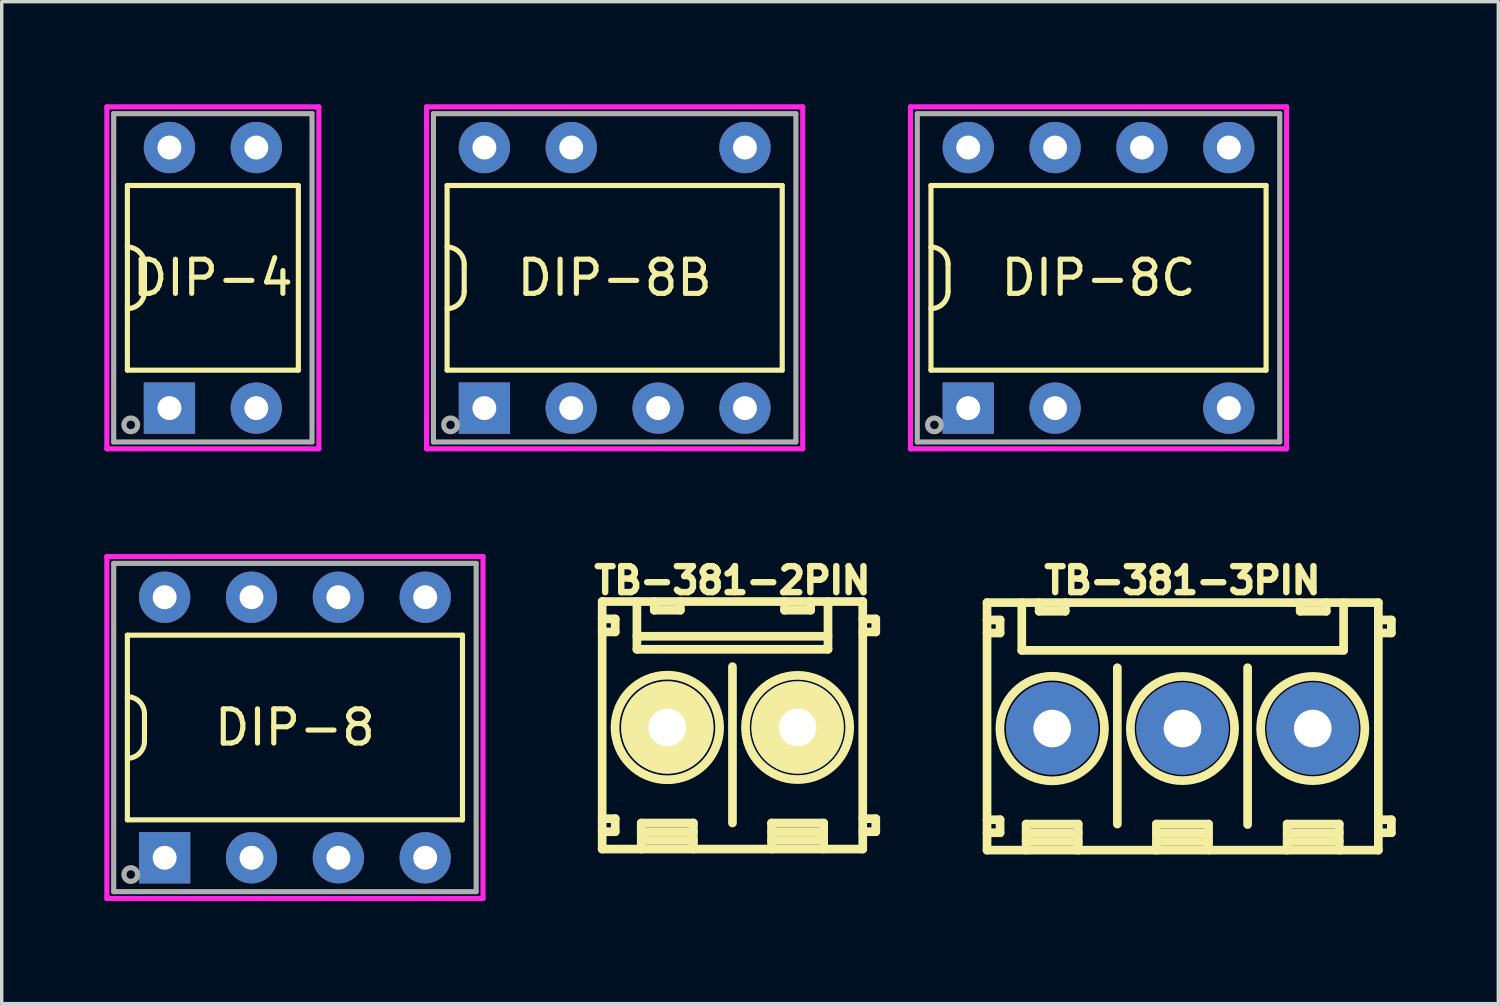
<source format=kicad_pcb>
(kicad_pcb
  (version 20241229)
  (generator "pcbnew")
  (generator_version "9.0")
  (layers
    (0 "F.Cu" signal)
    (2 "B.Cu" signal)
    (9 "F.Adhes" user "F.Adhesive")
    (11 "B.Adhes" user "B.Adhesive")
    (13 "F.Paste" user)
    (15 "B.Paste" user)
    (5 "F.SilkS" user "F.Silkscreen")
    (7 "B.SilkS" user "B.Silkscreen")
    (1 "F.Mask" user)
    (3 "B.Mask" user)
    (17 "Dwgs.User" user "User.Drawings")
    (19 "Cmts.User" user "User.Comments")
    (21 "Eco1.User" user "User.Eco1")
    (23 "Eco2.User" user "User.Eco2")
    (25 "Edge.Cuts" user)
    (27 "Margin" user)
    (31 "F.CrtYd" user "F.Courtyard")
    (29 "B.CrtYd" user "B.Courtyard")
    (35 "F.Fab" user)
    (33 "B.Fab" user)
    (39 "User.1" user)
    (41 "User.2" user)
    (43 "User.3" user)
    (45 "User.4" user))
  (footprint "DIP-8B"
    (layer "F.Cu")
    (at 14.925 5.075)
    (property "Reference" "DIP-8B" (at 0 0 0) (layer "F.SilkS") (effects (font (size 1 1) (thickness 0.15))))
    (attr through_hole)
    (fp_line (start -4.9 -2.7) (end 4.9 -2.7) (stroke (width 0.15) (type solid)) (layer "F.SilkS"))
    (fp_line (start -4.9 2.7) (end -4.9 -2.7) (stroke (width 0.15) (type solid)) (layer "F.SilkS"))
    (fp_line (start -4.4 -0.4) (end -4.4 0.4) (stroke (width 0.15) (type solid)) (layer "F.SilkS"))
    (fp_line (start 4.9 -2.7) (end 4.9 2.7) (stroke (width 0.15) (type solid)) (layer "F.SilkS"))
    (fp_line (start 4.9 2.7) (end -4.9 2.7) (stroke (width 0.15) (type solid)) (layer "F.SilkS"))
    (fp_arc (start -4.9 -0.9) (mid -4.546447 -0.753553) (end -4.4 -0.4) (stroke (width 0.15) (type solid)) (layer "F.SilkS"))
    (fp_arc (start -4.4 0.4) (mid -4.546447 0.753553) (end -4.9 0.9) (stroke (width 0.15) (type solid)) (layer "F.SilkS"))
    (fp_line (start -5.5 -5) (end 5.5 -5) (stroke (width 0.15) (type solid)) (layer "F.CrtYd"))
    (fp_line (start -5.5 5) (end -5.5 -5) (stroke (width 0.15) (type solid)) (layer "F.CrtYd"))
    (fp_line (start 5.5 -5) (end 5.5 5) (stroke (width 0.15) (type solid)) (layer "F.CrtYd"))
    (fp_line (start 5.5 5) (end -5.5 5) (stroke (width 0.15) (type solid)) (layer "F.CrtYd"))
    (fp_line (start -5.3 -4.8) (end 5.3 -4.8) (stroke (width 0.15) (type solid)) (layer "F.Fab"))
    (fp_line (start -5.3 4.8) (end -5.3 -4.8) (stroke (width 0.15) (type solid)) (layer "F.Fab"))
    (fp_line (start 5.3 -4.8) (end 5.3 4.8) (stroke (width 0.15) (type solid)) (layer "F.Fab"))
    (fp_line (start 5.3 4.8) (end -5.3 4.8) (stroke (width 0.15) (type solid)) (layer "F.Fab"))
    (fp_circle (center -4.8 4.3) (end -4.6 4.3) (stroke (width 0.15) (type solid)) (fill no) (layer "F.Fab"))
    (pad "1" thru_hole rect (at -3.81 3.81) (size 1.5 1.5) (drill 0.7) (layers "*.Cu" "*.Mask"))
    (pad "2" thru_hole circle (at -1.27 3.81) (size 1.5 1.5) (drill 0.7) (layers "*.Cu" "*.Mask"))
    (pad "3" thru_hole circle (at 1.27 3.81) (size 1.5 1.5) (drill 0.7) (layers "*.Cu" "*.Mask"))
    (pad "4" thru_hole circle (at 3.81 3.81) (size 1.5 1.5) (drill 0.7) (layers "*.Cu" "*.Mask"))
    (pad "5" thru_hole circle (at 3.81 -3.81) (size 1.5 1.5) (drill 0.7) (layers "*.Cu" "*.Mask"))
    (pad "7" thru_hole circle (at -1.27 -3.81) (size 1.5 1.5) (drill 0.7) (layers "*.Cu" "*.Mask"))
    (pad "8" thru_hole circle (at -3.81 -3.81) (size 1.5 1.5) (drill 0.7) (layers "*.Cu" "*.Mask")))
  (footprint "TB-381-3PIN"
    (layer "F.Cu")
    (at 31.53 18.255)
    (property "Reference" "TB-381-3PIN" (at 0 -4.331 0) (layer "F.SilkS") (effects (font (size 0.759 0.759) (thickness 0.188))))
    (attr through_hole)
    (fp_line (start -5.715 -3.683) (end 5.728 -3.683) (stroke (width 0.254) (type solid)) (layer "F.SilkS"))
    (fp_line (start -5.715 -3.175) (end -5.334 -3.175) (stroke (width 0.254) (type solid)) (layer "F.SilkS"))
    (fp_line (start -5.715 2.667) (end -5.334 2.667) (stroke (width 0.254) (type solid)) (layer "F.SilkS"))
    (fp_line (start -5.715 3.556) (end -5.715 -3.683) (stroke (width 0.254) (type solid)) (layer "F.SilkS"))
    (fp_line (start -5.334 -3.175) (end -5.334 -2.794) (stroke (width 0.254) (type solid)) (layer "F.SilkS"))
    (fp_line (start -5.334 -2.794) (end -5.715 -2.794) (stroke (width 0.254) (type solid)) (layer "F.SilkS"))
    (fp_line (start -5.334 2.667) (end -5.334 3.048) (stroke (width 0.254) (type solid)) (layer "F.SilkS"))
    (fp_line (start -5.334 3.048) (end -5.715 3.048) (stroke (width 0.254) (type solid)) (layer "F.SilkS"))
    (fp_line (start -4.699 -3.683) (end -4.699 -2.286) (stroke (width 0.254) (type solid)) (layer "F.SilkS"))
    (fp_line (start -4.699 -2.286) (end 4.712 -2.286) (stroke (width 0.254) (type solid)) (layer "F.SilkS"))
    (fp_line (start -4.572 2.794) (end -3.048 2.794) (stroke (width 0.254) (type solid)) (layer "F.SilkS"))
    (fp_line (start -4.572 3.048) (end -3.048 3.048) (stroke (width 0.254) (type solid)) (layer "F.SilkS"))
    (fp_line (start -4.572 3.302) (end -3.048 3.302) (stroke (width 0.254) (type solid)) (layer "F.SilkS"))
    (fp_line (start -4.572 3.556) (end -4.572 2.794) (stroke (width 0.254) (type solid)) (layer "F.SilkS"))
    (fp_line (start -4.191 -3.429) (end -4.191 -3.683) (stroke (width 0.254) (type solid)) (layer "F.SilkS"))
    (fp_line (start -4.191 -3.429) (end -3.429 -3.429) (stroke (width 0.254) (type solid)) (layer "F.SilkS"))
    (fp_line (start -3.429 -3.429) (end -3.429 -3.683) (stroke (width 0.254) (type solid)) (layer "F.SilkS"))
    (fp_line (start -3.048 2.794) (end -3.048 3.556) (stroke (width 0.254) (type solid)) (layer "F.SilkS"))
    (fp_line (start -1.905 2.794) (end -1.905 -1.778) (stroke (width 0.254) (type solid)) (layer "F.SilkS"))
    (fp_line (start -0.762 2.794) (end 0.762 2.794) (stroke (width 0.254) (type solid)) (layer "F.SilkS"))
    (fp_line (start -0.762 3.048) (end 0.762 3.048) (stroke (width 0.254) (type solid)) (layer "F.SilkS"))
    (fp_line (start -0.762 3.302) (end 0.762 3.302) (stroke (width 0.254) (type solid)) (layer "F.SilkS"))
    (fp_line (start -0.762 3.556) (end -0.762 2.794) (stroke (width 0.254) (type solid)) (layer "F.SilkS"))
    (fp_line (start 0.762 2.794) (end 0.762 3.556) (stroke (width 0.254) (type solid)) (layer "F.SilkS"))
    (fp_line (start 1.905 -1.778) (end 1.905 2.807) (stroke (width 0.254) (type solid)) (layer "F.SilkS"))
    (fp_line (start 3.061 2.794) (end 4.585 2.794) (stroke (width 0.254) (type solid)) (layer "F.SilkS"))
    (fp_line (start 3.061 3.048) (end 4.585 3.048) (stroke (width 0.254) (type solid)) (layer "F.SilkS"))
    (fp_line (start 3.061 3.302) (end 4.585 3.302) (stroke (width 0.254) (type solid)) (layer "F.SilkS"))
    (fp_line (start 3.061 3.556) (end 3.061 2.794) (stroke (width 0.254) (type solid)) (layer "F.SilkS"))
    (fp_line (start 3.442 -3.429) (end 3.442 -3.683) (stroke (width 0.254) (type solid)) (layer "F.SilkS"))
    (fp_line (start 4.204 -3.429) (end 3.442 -3.429) (stroke (width 0.254) (type solid)) (layer "F.SilkS"))
    (fp_line (start 4.204 -3.429) (end 4.204 -3.683) (stroke (width 0.254) (type solid)) (layer "F.SilkS"))
    (fp_line (start 4.585 2.794) (end 4.585 3.556) (stroke (width 0.254) (type solid)) (layer "F.SilkS"))
    (fp_line (start 4.712 -2.286) (end 4.712 -3.683) (stroke (width 0.254) (type solid)) (layer "F.SilkS"))
    (fp_line (start 5.728 -3.683) (end 5.728 3.556) (stroke (width 0.254) (type solid)) (layer "F.SilkS"))
    (fp_line (start 5.728 -2.794) (end 6.109 -2.794) (stroke (width 0.254) (type solid)) (layer "F.SilkS"))
    (fp_line (start 5.728 2.667) (end 6.109 2.667) (stroke (width 0.254) (type solid)) (layer "F.SilkS"))
    (fp_line (start 5.728 3.556) (end -5.715 3.556) (stroke (width 0.254) (type solid)) (layer "F.SilkS"))
    (fp_line (start 6.109 -3.175) (end 5.728 -3.175) (stroke (width 0.254) (type solid)) (layer "F.SilkS"))
    (fp_line (start 6.109 -2.794) (end 6.109 -3.175) (stroke (width 0.254) (type solid)) (layer "F.SilkS"))
    (fp_line (start 6.109 2.667) (end 6.109 3.048) (stroke (width 0.254) (type solid)) (layer "F.SilkS"))
    (fp_line (start 6.109 3.048) (end 5.728 3.048) (stroke (width 0.254) (type solid)) (layer "F.SilkS"))
    (fp_circle (center -3.81 0) (end -2.286 -0.127) (stroke (width 0.254) (type solid)) (fill no) (layer "F.SilkS"))
    (fp_circle (center 0 0) (end -1.524 0) (stroke (width 0.254) (type solid)) (fill no) (layer "F.SilkS"))
    (fp_circle (center 3.81 0) (end 2.286 0) (stroke (width 0.254) (type solid)) (fill no) (layer "F.SilkS"))
    (pad "1" thru_hole circle (at -3.81 0) (size 2.7 2.7) (drill 1.1) (layers "*.Cu" "*.Mask"))
    (pad "2" thru_hole circle (at 0 0) (size 2.7 2.7) (drill 1.1) (layers "*.Cu" "*.Mask"))
    (pad "3" thru_hole circle (at 3.81 0) (size 2.7 2.7) (drill 1.1) (layers "*.Cu" "*.Mask")))
  (footprint "DIP-4"
    (layer "F.Cu")
    (at 3.175 5.075)
    (property "Reference" "DIP-4" (at 0 0 0) (layer "F.SilkS") (effects (font (size 1 1) (thickness 0.15))))
    (attr through_hole)
    (fp_line (start -2.5 -2.7) (end 2.5 -2.7) (stroke (width 0.15) (type solid)) (layer "F.SilkS"))
    (fp_line (start -2.5 2.7) (end -2.5 -2.7) (stroke (width 0.15) (type solid)) (layer "F.SilkS"))
    (fp_line (start -2 -0.4) (end -2 0.4) (stroke (width 0.15) (type solid)) (layer "F.SilkS"))
    (fp_line (start 2.5 -2.7) (end 2.5 2.7) (stroke (width 0.15) (type solid)) (layer "F.SilkS"))
    (fp_line (start 2.5 2.7) (end -2.5 2.7) (stroke (width 0.15) (type solid)) (layer "F.SilkS"))
    (fp_arc (start -2.5 -0.9) (mid -2.146447 -0.753553) (end -2 -0.4) (stroke (width 0.15) (type solid)) (layer "F.SilkS"))
    (fp_arc (start -2 0.4) (mid -2.146447 0.753553) (end -2.5 0.9) (stroke (width 0.15) (type solid)) (layer "F.SilkS"))
    (fp_line (start -3.1 -5) (end 3.1 -5) (stroke (width 0.15) (type solid)) (layer "F.CrtYd"))
    (fp_line (start -3.1 5) (end -3.1 -5) (stroke (width 0.15) (type solid)) (layer "F.CrtYd"))
    (fp_line (start 3.1 -5) (end 3.1 5) (stroke (width 0.15) (type solid)) (layer "F.CrtYd"))
    (fp_line (start 3.1 5) (end -3.1 5) (stroke (width 0.15) (type solid)) (layer "F.CrtYd"))
    (fp_line (start -2.9 -4.8) (end 2.9 -4.8) (stroke (width 0.15) (type solid)) (layer "F.Fab"))
    (fp_line (start -2.9 4.8) (end -2.9 -4.8) (stroke (width 0.15) (type solid)) (layer "F.Fab"))
    (fp_line (start 2.9 -4.8) (end 2.9 4.8) (stroke (width 0.15) (type solid)) (layer "F.Fab"))
    (fp_line (start 2.9 4.8) (end -2.9 4.8) (stroke (width 0.15) (type solid)) (layer "F.Fab"))
    (fp_circle (center -2.4 4.3) (end -2.2 4.3) (stroke (width 0.15) (type solid)) (fill no) (layer "F.Fab"))
    (pad "1" thru_hole rect (at -1.27 3.81) (size 1.5 1.5) (drill 0.7) (layers "*.Cu" "*.Mask"))
    (pad "2" thru_hole circle (at 1.27 3.81) (size 1.5 1.5) (drill 0.7) (layers "*.Cu" "*.Mask"))
    (pad "3" thru_hole circle (at 1.27 -3.81) (size 1.5 1.5) (drill 0.7) (layers "*.Cu" "*.Mask"))
    (pad "4" thru_hole circle (at -1.27 -3.81) (size 1.5 1.5) (drill 0.7) (layers "*.Cu" "*.Mask")))
  (footprint "TB-381-2PIN"
    (layer "F.Cu")
    (at 18.37 18.224)
    (property "Reference" "TB-381-2PIN" (at 0 -4.3 0) (layer "F.SilkS") (effects (font (size 0.759 0.759) (thickness 0.188))))
    (attr through_hole)
    (fp_line (start -3.81 -3.683) (end 3.81 -3.683) (stroke (width 0.254) (type solid)) (layer "F.SilkS"))
    (fp_line (start -3.81 -3.175) (end -3.429 -3.175) (stroke (width 0.254) (type solid)) (layer "F.SilkS"))
    (fp_line (start -3.81 2.667) (end -3.429 2.667) (stroke (width 0.254) (type solid)) (layer "F.SilkS"))
    (fp_line (start -3.81 3.556) (end -3.81 -3.683) (stroke (width 0.254) (type solid)) (layer "F.SilkS"))
    (fp_line (start -3.429 -3.175) (end -3.429 -2.794) (stroke (width 0.254) (type solid)) (layer "F.SilkS"))
    (fp_line (start -3.429 -2.794) (end -3.81 -2.794) (stroke (width 0.254) (type solid)) (layer "F.SilkS"))
    (fp_line (start -3.429 2.667) (end -3.429 3.048) (stroke (width 0.254) (type solid)) (layer "F.SilkS"))
    (fp_line (start -3.429 3.048) (end -3.81 3.048) (stroke (width 0.254) (type solid)) (layer "F.SilkS"))
    (fp_line (start -2.794 -3.683) (end -2.794 -2.286) (stroke (width 0.254) (type solid)) (layer "F.SilkS"))
    (fp_line (start -2.794 -2.667) (end 2.794 -2.667) (stroke (width 0.254) (type solid)) (layer "F.SilkS"))
    (fp_line (start -2.794 -2.286) (end 2.794 -2.286) (stroke (width 0.254) (type solid)) (layer "F.SilkS"))
    (fp_line (start -2.667 2.794) (end -1.143 2.794) (stroke (width 0.254) (type solid)) (layer "F.SilkS"))
    (fp_line (start -2.667 3.048) (end -1.143 3.048) (stroke (width 0.254) (type solid)) (layer "F.SilkS"))
    (fp_line (start -2.667 3.302) (end -1.143 3.302) (stroke (width 0.254) (type solid)) (layer "F.SilkS"))
    (fp_line (start -2.667 3.556) (end -2.667 2.794) (stroke (width 0.254) (type solid)) (layer "F.SilkS"))
    (fp_line (start -2.286 -3.429) (end -2.286 -3.683) (stroke (width 0.254) (type solid)) (layer "F.SilkS"))
    (fp_line (start -2.286 -3.429) (end -1.524 -3.429) (stroke (width 0.254) (type solid)) (layer "F.SilkS"))
    (fp_line (start -1.524 -3.429) (end -1.524 -3.683) (stroke (width 0.254) (type solid)) (layer "F.SilkS"))
    (fp_line (start -1.143 2.794) (end -1.143 3.556) (stroke (width 0.254) (type solid)) (layer "F.SilkS"))
    (fp_line (start 0 2.794) (end 0 -1.778) (stroke (width 0.254) (type solid)) (layer "F.SilkS"))
    (fp_line (start 1.143 2.794) (end 2.667 2.794) (stroke (width 0.254) (type solid)) (layer "F.SilkS"))
    (fp_line (start 1.143 3.048) (end 2.667 3.048) (stroke (width 0.254) (type solid)) (layer "F.SilkS"))
    (fp_line (start 1.143 3.302) (end 2.667 3.302) (stroke (width 0.254) (type solid)) (layer "F.SilkS"))
    (fp_line (start 1.143 3.556) (end 1.143 2.794) (stroke (width 0.254) (type solid)) (layer "F.SilkS"))
    (fp_line (start 1.524 -3.429) (end 1.524 -3.683) (stroke (width 0.254) (type solid)) (layer "F.SilkS"))
    (fp_line (start 2.286 -3.429) (end 1.524 -3.429) (stroke (width 0.254) (type solid)) (layer "F.SilkS"))
    (fp_line (start 2.286 -3.429) (end 2.286 -3.683) (stroke (width 0.254) (type solid)) (layer "F.SilkS"))
    (fp_line (start 2.667 2.794) (end 2.667 3.556) (stroke (width 0.254) (type solid)) (layer "F.SilkS"))
    (fp_line (start 2.794 -2.286) (end 2.794 -3.683) (stroke (width 0.254) (type solid)) (layer "F.SilkS"))
    (fp_line (start 3.81 -3.683) (end 3.81 3.556) (stroke (width 0.254) (type solid)) (layer "F.SilkS"))
    (fp_line (start 3.81 -2.794) (end 4.191 -2.794) (stroke (width 0.254) (type solid)) (layer "F.SilkS"))
    (fp_line (start 3.81 2.667) (end 4.191 2.667) (stroke (width 0.254) (type solid)) (layer "F.SilkS"))
    (fp_line (start 3.81 3.556) (end -3.81 3.556) (stroke (width 0.254) (type solid)) (layer "F.SilkS"))
    (fp_line (start 4.191 -3.175) (end 3.81 -3.175) (stroke (width 0.254) (type solid)) (layer "F.SilkS"))
    (fp_line (start 4.191 -2.794) (end 4.191 -3.175) (stroke (width 0.254) (type solid)) (layer "F.SilkS"))
    (fp_line (start 4.191 2.667) (end 4.191 3.048) (stroke (width 0.254) (type solid)) (layer "F.SilkS"))
    (fp_line (start 4.191 3.048) (end 3.81 3.048) (stroke (width 0.254) (type solid)) (layer "F.SilkS"))
    (fp_circle (center -1.905 0) (end -0.381 -0.127) (stroke (width 0.254) (type solid)) (fill no) (layer "F.SilkS"))
    (fp_circle (center 1.905 0) (end 0.381 0) (stroke (width 0.254) (type solid)) (fill no) (layer "F.SilkS"))
    (pad "1" thru_hole circle (at -1.905 0) (size 2.7 2.7) (drill 1.1) (layers "*.Cu" "*.Mask" "F.SilkS"))
    (pad "2" thru_hole circle (at 1.905 0) (size 2.7 2.7) (drill 1.1) (layers "*.Cu" "*.Mask" "F.SilkS")))
  (footprint "DIP-8C"
    (layer "F.Cu")
    (at 29.075 5.075)
    (property "Reference" "DIP-8C" (at 0 0 0) (layer "F.SilkS") (effects (font (size 1 1) (thickness 0.15))))
    (attr through_hole)
    (fp_line (start -4.9 -2.7) (end 4.9 -2.7) (stroke (width 0.15) (type solid)) (layer "F.SilkS"))
    (fp_line (start -4.9 2.7) (end -4.9 -2.7) (stroke (width 0.15) (type solid)) (layer "F.SilkS"))
    (fp_line (start -4.4 -0.4) (end -4.4 0.4) (stroke (width 0.15) (type solid)) (layer "F.SilkS"))
    (fp_line (start 4.9 -2.7) (end 4.9 2.7) (stroke (width 0.15) (type solid)) (layer "F.SilkS"))
    (fp_line (start 4.9 2.7) (end -4.9 2.7) (stroke (width 0.15) (type solid)) (layer "F.SilkS"))
    (fp_arc (start -4.9 -0.9) (mid -4.546447 -0.753553) (end -4.4 -0.4) (stroke (width 0.15) (type solid)) (layer "F.SilkS"))
    (fp_arc (start -4.4 0.4) (mid -4.546447 0.753553) (end -4.9 0.9) (stroke (width 0.15) (type solid)) (layer "F.SilkS"))
    (fp_line (start -5.5 -5) (end 5.5 -5) (stroke (width 0.15) (type solid)) (layer "F.CrtYd"))
    (fp_line (start -5.5 5) (end -5.5 -5) (stroke (width 0.15) (type solid)) (layer "F.CrtYd"))
    (fp_line (start 5.5 -5) (end 5.5 5) (stroke (width 0.15) (type solid)) (layer "F.CrtYd"))
    (fp_line (start 5.5 5) (end -5.5 5) (stroke (width 0.15) (type solid)) (layer "F.CrtYd"))
    (fp_line (start -5.3 -4.8) (end 5.3 -4.8) (stroke (width 0.15) (type solid)) (layer "F.Fab"))
    (fp_line (start -5.3 4.8) (end -5.3 -4.8) (stroke (width 0.15) (type solid)) (layer "F.Fab"))
    (fp_line (start 5.3 -4.8) (end 5.3 4.8) (stroke (width 0.15) (type solid)) (layer "F.Fab"))
    (fp_line (start 5.3 4.8) (end -5.3 4.8) (stroke (width 0.15) (type solid)) (layer "F.Fab"))
    (fp_circle (center -4.8 4.3) (end -4.6 4.3) (stroke (width 0.15) (type solid)) (fill no) (layer "F.Fab"))
    (pad "1" thru_hole rect (at -3.81 3.81) (size 1.5 1.5) (drill 0.7) (layers "*.Cu" "*.Mask"))
    (pad "2" thru_hole circle (at -1.27 3.81) (size 1.5 1.5) (drill 0.7) (layers "*.Cu" "*.Mask"))
    (pad "4" thru_hole circle (at 3.81 3.81) (size 1.5 1.5) (drill 0.7) (layers "*.Cu" "*.Mask"))
    (pad "5" thru_hole circle (at 3.81 -3.81) (size 1.5 1.5) (drill 0.7) (layers "*.Cu" "*.Mask"))
    (pad "6" thru_hole circle (at 1.27 -3.81) (size 1.5 1.5) (drill 0.7) (layers "*.Cu" "*.Mask"))
    (pad "7" thru_hole circle (at -1.27 -3.81) (size 1.5 1.5) (drill 0.7) (layers "*.Cu" "*.Mask"))
    (pad "8" thru_hole circle (at -3.81 -3.81) (size 1.5 1.5) (drill 0.7) (layers "*.Cu" "*.Mask")))
  (footprint "DIP-8"
    (layer "F.Cu")
    (at 5.575 18.225)
    (property "Reference" "DIP-8" (at 0 0 0) (layer "F.SilkS") (effects (font (size 1 1) (thickness 0.15))))
    (attr through_hole)
    (fp_line (start -4.9 -2.7) (end 4.9 -2.7) (stroke (width 0.15) (type solid)) (layer "F.SilkS"))
    (fp_line (start -4.9 2.7) (end -4.9 -2.7) (stroke (width 0.15) (type solid)) (layer "F.SilkS"))
    (fp_line (start -4.4 -0.4) (end -4.4 0.4) (stroke (width 0.15) (type solid)) (layer "F.SilkS"))
    (fp_line (start 4.9 -2.7) (end 4.9 2.7) (stroke (width 0.15) (type solid)) (layer "F.SilkS"))
    (fp_line (start 4.9 2.7) (end -4.9 2.7) (stroke (width 0.15) (type solid)) (layer "F.SilkS"))
    (fp_arc (start -4.9 -0.9) (mid -4.546447 -0.753553) (end -4.4 -0.4) (stroke (width 0.15) (type solid)) (layer "F.SilkS"))
    (fp_arc (start -4.4 0.4) (mid -4.546447 0.753553) (end -4.9 0.9) (stroke (width 0.15) (type solid)) (layer "F.SilkS"))
    (fp_line (start -5.5 -5) (end 5.5 -5) (stroke (width 0.15) (type solid)) (layer "F.CrtYd"))
    (fp_line (start -5.5 5) (end -5.5 -5) (stroke (width 0.15) (type solid)) (layer "F.CrtYd"))
    (fp_line (start 5.5 -5) (end 5.5 5) (stroke (width 0.15) (type solid)) (layer "F.CrtYd"))
    (fp_line (start 5.5 5) (end -5.5 5) (stroke (width 0.15) (type solid)) (layer "F.CrtYd"))
    (fp_line (start -5.3 -4.8) (end 5.3 -4.8) (stroke (width 0.15) (type solid)) (layer "F.Fab"))
    (fp_line (start -5.3 4.8) (end -5.3 -4.8) (stroke (width 0.15) (type solid)) (layer "F.Fab"))
    (fp_line (start 5.3 -4.8) (end 5.3 4.8) (stroke (width 0.15) (type solid)) (layer "F.Fab"))
    (fp_line (start 5.3 4.8) (end -5.3 4.8) (stroke (width 0.15) (type solid)) (layer "F.Fab"))
    (fp_circle (center -4.8 4.3) (end -4.6 4.3) (stroke (width 0.15) (type solid)) (fill no) (layer "F.Fab"))
    (pad "1" thru_hole rect (at -3.81 3.81) (size 1.5 1.5) (drill 0.7) (layers "*.Cu" "*.Mask"))
    (pad "2" thru_hole circle (at -1.27 3.81) (size 1.5 1.5) (drill 0.7) (layers "*.Cu" "*.Mask"))
    (pad "3" thru_hole circle (at 1.27 3.81) (size 1.5 1.5) (drill 0.7) (layers "*.Cu" "*.Mask"))
    (pad "4" thru_hole circle (at 3.81 3.81) (size 1.5 1.5) (drill 0.7) (layers "*.Cu" "*.Mask"))
    (pad "5" thru_hole circle (at 3.81 -3.81) (size 1.5 1.5) (drill 0.7) (layers "*.Cu" "*.Mask"))
    (pad "6" thru_hole circle (at 1.27 -3.81) (size 1.5 1.5) (drill 0.7) (layers "*.Cu" "*.Mask"))
    (pad "7" thru_hole circle (at -1.27 -3.81) (size 1.5 1.5) (drill 0.7) (layers "*.Cu" "*.Mask"))
    (pad "8" thru_hole circle (at -3.81 -3.81) (size 1.5 1.5) (drill 0.7) (layers "*.Cu" "*.Mask")))
  (gr_rect
    (start -3 -3)
    (end 40.766 26.3)
    (stroke (width 0.1) (type default))
    (fill no)
    (layer "Edge.Cuts")))
</source>
